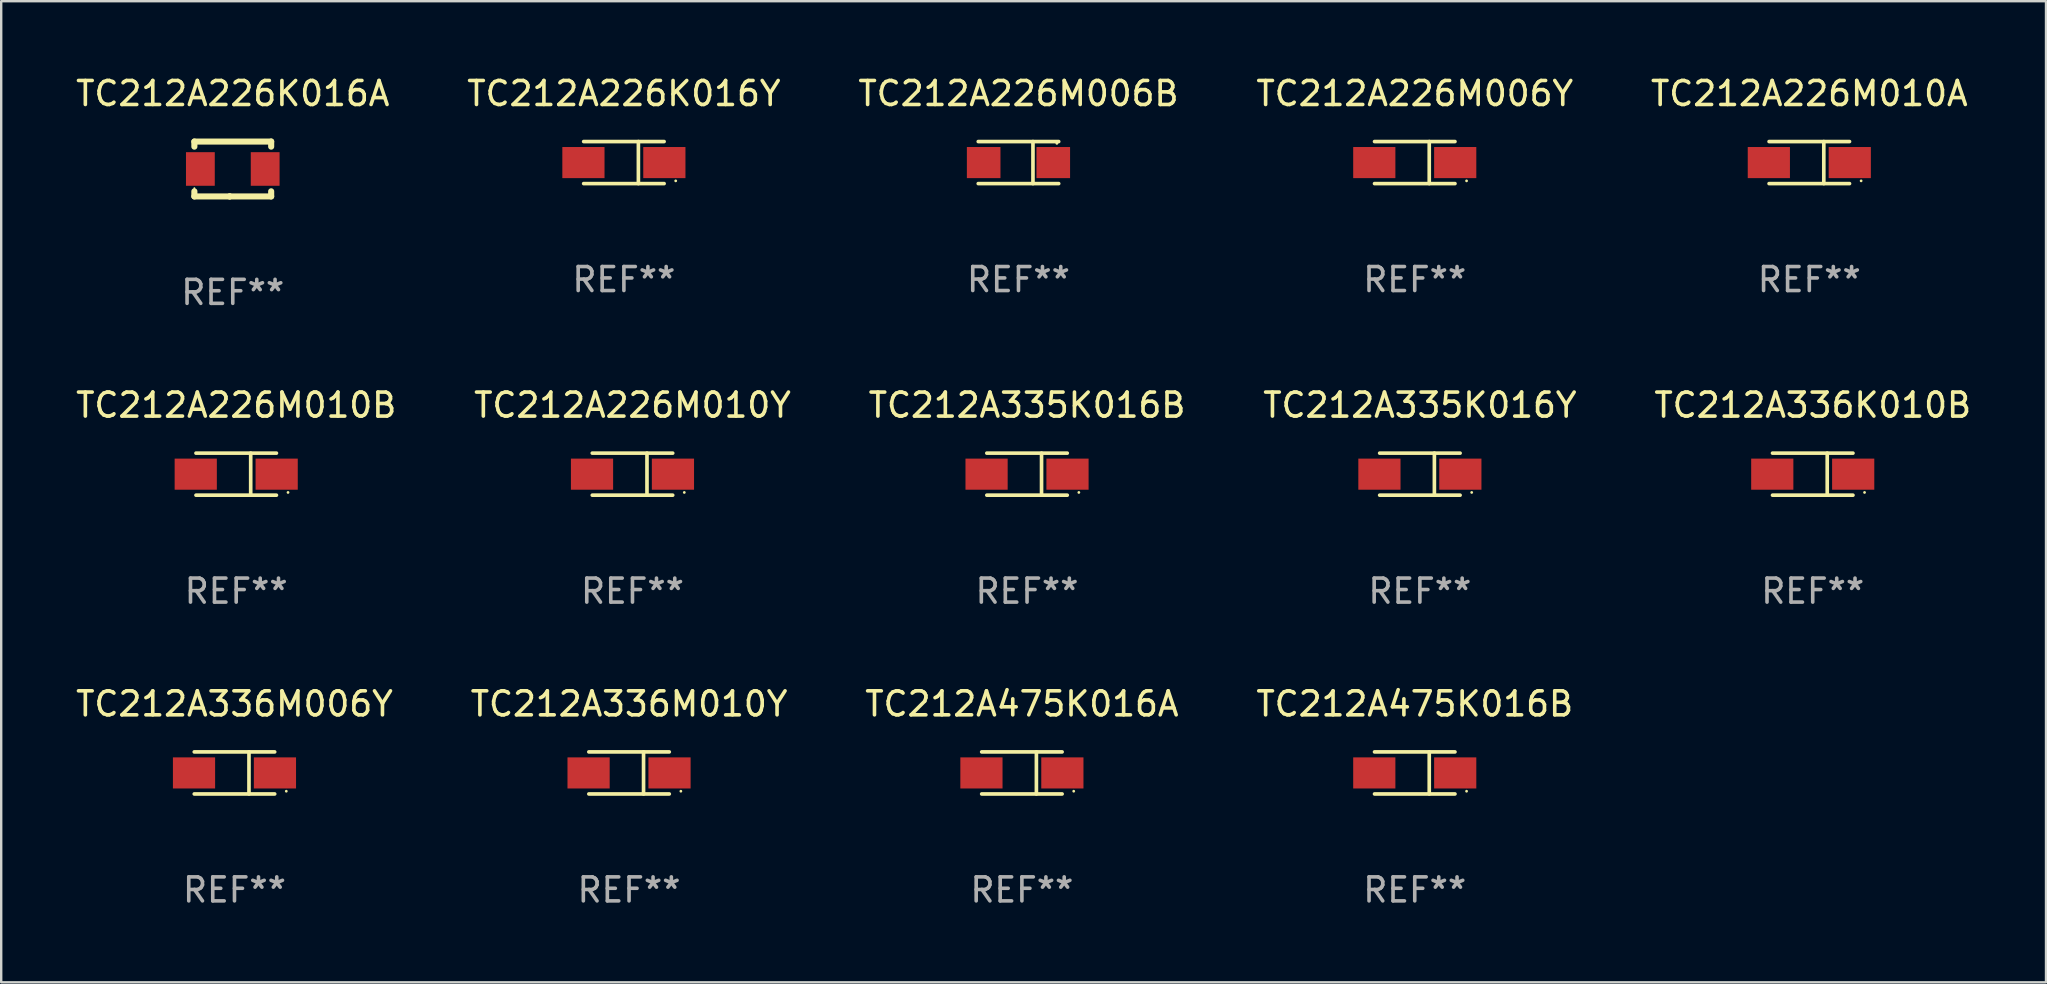
<source format=kicad_pcb>
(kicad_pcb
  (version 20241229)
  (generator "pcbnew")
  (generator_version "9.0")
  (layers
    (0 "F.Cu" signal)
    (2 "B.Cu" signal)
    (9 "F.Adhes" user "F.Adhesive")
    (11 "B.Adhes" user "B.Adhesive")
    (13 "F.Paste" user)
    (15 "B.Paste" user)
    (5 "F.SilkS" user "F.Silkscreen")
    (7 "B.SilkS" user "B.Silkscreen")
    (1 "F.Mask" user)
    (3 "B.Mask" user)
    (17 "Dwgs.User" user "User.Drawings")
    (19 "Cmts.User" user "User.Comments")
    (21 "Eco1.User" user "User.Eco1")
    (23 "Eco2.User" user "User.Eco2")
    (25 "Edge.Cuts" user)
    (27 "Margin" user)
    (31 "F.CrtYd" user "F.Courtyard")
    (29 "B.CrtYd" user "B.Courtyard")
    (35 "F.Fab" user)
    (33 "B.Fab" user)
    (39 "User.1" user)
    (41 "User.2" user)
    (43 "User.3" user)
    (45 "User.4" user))
  (footprint "TC212A335K016Y"
    (layer "F.Cu")
    (at 56.113 16.707)
    (property "Reference" "TC212A335K016Y" (at 0 -2.876 0) (layer "F.SilkS") (effects (font (size 1 1) (thickness 0.15))))
    (attr through_hole)
    (fp_line (start -1.676 -0.876) (end 1.676 -0.876) (stroke (width 0.152) (type solid)) (layer "F.SilkS"))
    (fp_line (start -1.676 0.876) (end 1.676 0.876) (stroke (width 0.152) (type solid)) (layer "F.SilkS"))
    (fp_line (start 0.604 -0.876) (end 0.604 0.876) (stroke (width 0.152) (type solid)) (layer "F.SilkS"))
    (fp_circle (center 2.159 0.762) (end 2.189 0.762) (stroke (width 0.06) (type solid)) (fill no) (layer "F.SilkS"))
    (fp_text user "REF**" (at 0 4.876 0) (layer "F.Fab") (effects (font (size 1 1) (thickness 0.15))))
    (pad "1" smd rect (at 1.686 0) (size 1.758 1.296) (layers "F.Cu" "F.Mask" "F.Paste"))
    (pad "2" smd rect (at -1.686 0) (size 1.758 1.296) (layers "F.Cu" "F.Mask" "F.Paste")))
  (footprint "TC212A475K016B"
    (layer "F.Cu")
    (at 55.899 29.156)
    (property "Reference" "TC212A475K016B" (at 0 -2.876 0) (layer "F.SilkS") (effects (font (size 1 1) (thickness 0.15))))
    (attr through_hole)
    (fp_line (start -1.676 -0.876) (end 1.676 -0.876) (stroke (width 0.152) (type solid)) (layer "F.SilkS"))
    (fp_line (start -1.676 0.876) (end 1.676 0.876) (stroke (width 0.152) (type solid)) (layer "F.SilkS"))
    (fp_line (start 0.604 -0.876) (end 0.604 0.876) (stroke (width 0.152) (type solid)) (layer "F.SilkS"))
    (fp_circle (center 2.159 0.762) (end 2.189 0.762) (stroke (width 0.06) (type solid)) (fill no) (layer "F.SilkS"))
    (fp_text user "REF**" (at 0 4.876 0) (layer "F.Fab") (effects (font (size 1 1) (thickness 0.15))))
    (pad "1" smd rect (at 1.686 0) (size 1.758 1.296) (layers "F.Cu" "F.Mask" "F.Paste"))
    (pad "2" smd rect (at -1.686 0) (size 1.758 1.296) (layers "F.Cu" "F.Mask" "F.Paste")))
  (footprint "TC212A226M010B"
    (layer "F.Cu")
    (at 6.792 16.707)
    (property "Reference" "TC212A226M010B" (at 0 -2.876 0) (layer "F.SilkS") (effects (font (size 1 1) (thickness 0.15))))
    (attr through_hole)
    (fp_line (start -1.676 -0.876) (end 1.676 -0.876) (stroke (width 0.152) (type solid)) (layer "F.SilkS"))
    (fp_line (start -1.676 0.876) (end 1.676 0.876) (stroke (width 0.152) (type solid)) (layer "F.SilkS"))
    (fp_line (start 0.604 -0.876) (end 0.604 0.876) (stroke (width 0.152) (type solid)) (layer "F.SilkS"))
    (fp_circle (center 2.159 0.762) (end 2.189 0.762) (stroke (width 0.06) (type solid)) (fill no) (layer "F.SilkS"))
    (fp_text user "REF**" (at 0 4.876 0) (layer "F.Fab") (effects (font (size 1 1) (thickness 0.15))))
    (pad "1" smd rect (at 1.686 0) (size 1.758 1.296) (layers "F.Cu" "F.Mask" "F.Paste"))
    (pad "2" smd rect (at -1.686 0) (size 1.758 1.296) (layers "F.Cu" "F.Mask" "F.Paste")))
  (footprint "TC212A226M010A"
    (layer "F.Cu")
    (at 72.339 3.724)
    (property "Reference" "TC212A226M010A" (at 0 -2.876 0) (layer "F.SilkS") (effects (font (size 1 1) (thickness 0.15))))
    (attr through_hole)
    (fp_line (start -1.676 -0.876) (end 1.676 -0.876) (stroke (width 0.152) (type solid)) (layer "F.SilkS"))
    (fp_line (start -1.676 0.876) (end 1.676 0.876) (stroke (width 0.152) (type solid)) (layer "F.SilkS"))
    (fp_line (start 0.604 -0.876) (end 0.604 0.876) (stroke (width 0.152) (type solid)) (layer "F.SilkS"))
    (fp_circle (center 2.159 0.762) (end 2.189 0.762) (stroke (width 0.06) (type solid)) (fill no) (layer "F.SilkS"))
    (fp_text user "REF**" (at 0 4.876 0) (layer "F.Fab") (effects (font (size 1 1) (thickness 0.15))))
    (pad "1" smd rect (at 1.686 0) (size 1.758 1.296) (layers "F.Cu" "F.Mask" "F.Paste"))
    (pad "2" smd rect (at -1.686 0) (size 1.758 1.296) (layers "F.Cu" "F.Mask" "F.Paste")))
  (footprint "TC212A336M010Y"
    (layer "F.Cu")
    (at 23.161 29.156)
    (property "Reference" "TC212A336M010Y" (at 0 -2.876 0) (layer "F.SilkS") (effects (font (size 1 1) (thickness 0.15))))
    (attr through_hole)
    (fp_line (start -1.676 -0.876) (end 1.676 -0.876) (stroke (width 0.152) (type solid)) (layer "F.SilkS"))
    (fp_line (start -1.676 0.876) (end 1.676 0.876) (stroke (width 0.152) (type solid)) (layer "F.SilkS"))
    (fp_line (start 0.604 -0.876) (end 0.604 0.876) (stroke (width 0.152) (type solid)) (layer "F.SilkS"))
    (fp_circle (center 2.159 0.762) (end 2.189 0.762) (stroke (width 0.06) (type solid)) (fill no) (layer "F.SilkS"))
    (fp_text user "REF**" (at 0 4.876 0) (layer "F.Fab") (effects (font (size 1 1) (thickness 0.15))))
    (pad "1" smd rect (at 1.686 0) (size 1.758 1.296) (layers "F.Cu" "F.Mask" "F.Paste"))
    (pad "2" smd rect (at -1.686 0) (size 1.758 1.296) (layers "F.Cu" "F.Mask" "F.Paste")))
  (footprint "TC212A226K016A"
    (layer "F.Cu")
    (at 6.649 3.991)
    (property "Reference" "TC212A226K016A" (at 0 -3.143 0) (layer "F.SilkS") (effects (font (size 1 1) (thickness 0.15))))
    (attr through_hole)
    (fp_line (start -1.6 1.143) (end -0.128 1.143) (stroke (width 0.254) (type solid)) (layer "F.SilkS"))
    (fp_line (start -1.6 -1.143) (end -1.6 -0.931) (stroke (width 0.254) (type solid)) (layer "F.SilkS"))
    (fp_line (start -1.6 -1.143) (end 1.6 -1.143) (stroke (width 0.254) (type solid)) (layer "F.SilkS"))
    (fp_line (start -1.6 0.931) (end -1.6 1.143) (stroke (width 0.254) (type solid)) (layer "F.SilkS"))
    (fp_line (start -0.128 1.143) (end -0.128 1.143) (stroke (width 0.254) (type solid)) (layer "F.SilkS"))
    (fp_line (start -0.128 1.143) (end 1.6 1.143) (stroke (width 0.254) (type solid)) (layer "F.SilkS"))
    (fp_line (start 1.6 -1.143) (end 1.6 -0.931) (stroke (width 0.254) (type solid)) (layer "F.SilkS"))
    (fp_line (start 1.6 0.931) (end 1.6 1.143) (stroke (width 0.254) (type solid)) (layer "F.SilkS"))
    (fp_circle (center -1.6 0.8) (end -1.58 0.8) (stroke (width 0.04) (type solid)) (fill no) (layer "F.SilkS"))
    (fp_text user "REF**" (at 0 5.143 0) (layer "F.Fab") (effects (font (size 1 1) (thickness 0.15))))
    (pad "1" smd rect (at -1.35 0) (size 1.2 1.4) (layers "F.Cu" "F.Mask" "F.Paste"))
    (pad "2" smd rect (at 1.35 0) (size 1.2 1.4) (layers "F.Cu" "F.Mask" "F.Paste")))
  (footprint "TC212A226M006B"
    (layer "F.Cu")
    (at 39.387 3.724)
    (property "Reference" "TC212A226M006B" (at 0 -2.876 0) (layer "F.SilkS") (effects (font (size 1 1) (thickness 0.15))))
    (attr through_hole)
    (fp_line (start -1.676 -0.876) (end 1.676 -0.876) (stroke (width 0.152) (type solid)) (layer "F.SilkS"))
    (fp_line (start -1.676 0.876) (end 1.676 0.876) (stroke (width 0.152) (type solid)) (layer "F.SilkS"))
    (fp_line (start 0.604 -0.876) (end 0.604 0.876) (stroke (width 0.152) (type solid)) (layer "F.SilkS"))
    (fp_circle (center 1.6 -0.8) (end 1.63 -0.8) (stroke (width 0.06) (type solid)) (fill no) (layer "F.SilkS"))
    (fp_text user "REF**" (at 0 4.876 0) (layer "F.Fab") (effects (font (size 1 1) (thickness 0.15))))
    (pad "1" smd rect (at 1.45 0) (size 1.4 1.296) (layers "F.Cu" "F.Mask" "F.Paste"))
    (pad "2" smd rect (at -1.45 0) (size 1.4 1.296) (layers "F.Cu" "F.Mask" "F.Paste")))
  (footprint "TC212A336M006Y"
    (layer "F.Cu")
    (at 6.72 29.156)
    (property "Reference" "TC212A336M006Y" (at 0 -2.876 0) (layer "F.SilkS") (effects (font (size 1 1) (thickness 0.15))))
    (attr through_hole)
    (fp_line (start -1.676 -0.876) (end 1.676 -0.876) (stroke (width 0.152) (type solid)) (layer "F.SilkS"))
    (fp_line (start -1.676 0.876) (end 1.676 0.876) (stroke (width 0.152) (type solid)) (layer "F.SilkS"))
    (fp_line (start 0.604 -0.876) (end 0.604 0.876) (stroke (width 0.152) (type solid)) (layer "F.SilkS"))
    (fp_circle (center 2.159 0.762) (end 2.189 0.762) (stroke (width 0.06) (type solid)) (fill no) (layer "F.SilkS"))
    (fp_text user "REF**" (at 0 4.876 0) (layer "F.Fab") (effects (font (size 1 1) (thickness 0.15))))
    (pad "1" smd rect (at 1.686 0) (size 1.758 1.296) (layers "F.Cu" "F.Mask" "F.Paste"))
    (pad "2" smd rect (at -1.686 0) (size 1.758 1.296) (layers "F.Cu" "F.Mask" "F.Paste")))
  (footprint "TC212A226M010Y"
    (layer "F.Cu")
    (at 23.304 16.707)
    (property "Reference" "TC212A226M010Y" (at 0 -2.876 0) (layer "F.SilkS") (effects (font (size 1 1) (thickness 0.15))))
    (attr through_hole)
    (fp_line (start -1.676 -0.876) (end 1.676 -0.876) (stroke (width 0.152) (type solid)) (layer "F.SilkS"))
    (fp_line (start -1.676 0.876) (end 1.676 0.876) (stroke (width 0.152) (type solid)) (layer "F.SilkS"))
    (fp_line (start 0.604 -0.876) (end 0.604 0.876) (stroke (width 0.152) (type solid)) (layer "F.SilkS"))
    (fp_circle (center 2.159 0.762) (end 2.189 0.762) (stroke (width 0.06) (type solid)) (fill no) (layer "F.SilkS"))
    (fp_text user "REF**" (at 0 4.876 0) (layer "F.Fab") (effects (font (size 1 1) (thickness 0.15))))
    (pad "1" smd rect (at 1.686 0) (size 1.758 1.296) (layers "F.Cu" "F.Mask" "F.Paste"))
    (pad "2" smd rect (at -1.686 0) (size 1.758 1.296) (layers "F.Cu" "F.Mask" "F.Paste")))
  (footprint "TC212A335K016B"
    (layer "F.Cu")
    (at 39.744 16.707)
    (property "Reference" "TC212A335K016B" (at 0 -2.876 0) (layer "F.SilkS") (effects (font (size 1 1) (thickness 0.15))))
    (attr through_hole)
    (fp_line (start -1.676 -0.876) (end 1.676 -0.876) (stroke (width 0.152) (type solid)) (layer "F.SilkS"))
    (fp_line (start -1.676 0.876) (end 1.676 0.876) (stroke (width 0.152) (type solid)) (layer "F.SilkS"))
    (fp_line (start 0.604 -0.876) (end 0.604 0.876) (stroke (width 0.152) (type solid)) (layer "F.SilkS"))
    (fp_circle (center 2.159 0.762) (end 2.189 0.762) (stroke (width 0.06) (type solid)) (fill no) (layer "F.SilkS"))
    (fp_text user "REF**" (at 0 4.876 0) (layer "F.Fab") (effects (font (size 1 1) (thickness 0.15))))
    (pad "1" smd rect (at 1.686 0) (size 1.758 1.296) (layers "F.Cu" "F.Mask" "F.Paste"))
    (pad "2" smd rect (at -1.686 0) (size 1.758 1.296) (layers "F.Cu" "F.Mask" "F.Paste")))
  (footprint "TC212A226M006Y"
    (layer "F.Cu")
    (at 55.899 3.724)
    (property "Reference" "TC212A226M006Y" (at 0 -2.876 0) (layer "F.SilkS") (effects (font (size 1 1) (thickness 0.15))))
    (attr through_hole)
    (fp_line (start -1.676 -0.876) (end 1.676 -0.876) (stroke (width 0.152) (type solid)) (layer "F.SilkS"))
    (fp_line (start -1.676 0.876) (end 1.676 0.876) (stroke (width 0.152) (type solid)) (layer "F.SilkS"))
    (fp_line (start 0.604 -0.876) (end 0.604 0.876) (stroke (width 0.152) (type solid)) (layer "F.SilkS"))
    (fp_circle (center 2.159 0.762) (end 2.189 0.762) (stroke (width 0.06) (type solid)) (fill no) (layer "F.SilkS"))
    (fp_text user "REF**" (at 0 4.876 0) (layer "F.Fab") (effects (font (size 1 1) (thickness 0.15))))
    (pad "1" smd rect (at 1.686 0) (size 1.758 1.296) (layers "F.Cu" "F.Mask" "F.Paste"))
    (pad "2" smd rect (at -1.686 0) (size 1.758 1.296) (layers "F.Cu" "F.Mask" "F.Paste")))
  (footprint "TC212A226K016Y"
    (layer "F.Cu")
    (at 22.946 3.724)
    (property "Reference" "TC212A226K016Y" (at 0 -2.876 0) (layer "F.SilkS") (effects (font (size 1 1) (thickness 0.15))))
    (attr through_hole)
    (fp_line (start -1.676 -0.876) (end 1.676 -0.876) (stroke (width 0.152) (type solid)) (layer "F.SilkS"))
    (fp_line (start -1.676 0.876) (end 1.676 0.876) (stroke (width 0.152) (type solid)) (layer "F.SilkS"))
    (fp_line (start 0.604 -0.876) (end 0.604 0.876) (stroke (width 0.152) (type solid)) (layer "F.SilkS"))
    (fp_circle (center 2.159 0.762) (end 2.189 0.762) (stroke (width 0.06) (type solid)) (fill no) (layer "F.SilkS"))
    (fp_text user "REF**" (at 0 4.876 0) (layer "F.Fab") (effects (font (size 1 1) (thickness 0.15))))
    (pad "1" smd rect (at 1.686 0) (size 1.758 1.296) (layers "F.Cu" "F.Mask" "F.Paste"))
    (pad "2" smd rect (at -1.686 0) (size 1.758 1.296) (layers "F.Cu" "F.Mask" "F.Paste")))
  (footprint "TC212A475K016A"
    (layer "F.Cu")
    (at 39.53 29.156)
    (property "Reference" "TC212A475K016A" (at 0 -2.876 0) (layer "F.SilkS") (effects (font (size 1 1) (thickness 0.15))))
    (attr through_hole)
    (fp_line (start -1.676 -0.876) (end 1.676 -0.876) (stroke (width 0.152) (type solid)) (layer "F.SilkS"))
    (fp_line (start -1.676 0.876) (end 1.676 0.876) (stroke (width 0.152) (type solid)) (layer "F.SilkS"))
    (fp_line (start 0.604 -0.876) (end 0.604 0.876) (stroke (width 0.152) (type solid)) (layer "F.SilkS"))
    (fp_circle (center 2.159 0.762) (end 2.189 0.762) (stroke (width 0.06) (type solid)) (fill no) (layer "F.SilkS"))
    (fp_text user "REF**" (at 0 4.876 0) (layer "F.Fab") (effects (font (size 1 1) (thickness 0.15))))
    (pad "1" smd rect (at 1.686 0) (size 1.758 1.296) (layers "F.Cu" "F.Mask" "F.Paste"))
    (pad "2" smd rect (at -1.686 0) (size 1.758 1.296) (layers "F.Cu" "F.Mask" "F.Paste")))
  (footprint "TC212A336K010B"
    (layer "F.Cu")
    (at 72.482 16.707)
    (property "Reference" "TC212A336K010B" (at 0 -2.876 0) (layer "F.SilkS") (effects (font (size 1 1) (thickness 0.15))))
    (attr through_hole)
    (fp_line (start -1.676 -0.876) (end 1.676 -0.876) (stroke (width 0.152) (type solid)) (layer "F.SilkS"))
    (fp_line (start -1.676 0.876) (end 1.676 0.876) (stroke (width 0.152) (type solid)) (layer "F.SilkS"))
    (fp_line (start 0.604 -0.876) (end 0.604 0.876) (stroke (width 0.152) (type solid)) (layer "F.SilkS"))
    (fp_circle (center 2.159 0.762) (end 2.189 0.762) (stroke (width 0.06) (type solid)) (fill no) (layer "F.SilkS"))
    (fp_text user "REF**" (at 0 4.876 0) (layer "F.Fab") (effects (font (size 1 1) (thickness 0.15))))
    (pad "1" smd rect (at 1.686 0) (size 1.758 1.296) (layers "F.Cu" "F.Mask" "F.Paste"))
    (pad "2" smd rect (at -1.686 0) (size 1.758 1.296) (layers "F.Cu" "F.Mask" "F.Paste")))
  (gr_rect
    (start -3 -3)
    (end 82.202 37.88)
    (stroke (width 0.1) (type default))
    (fill no)
    (layer "Edge.Cuts")))
</source>
